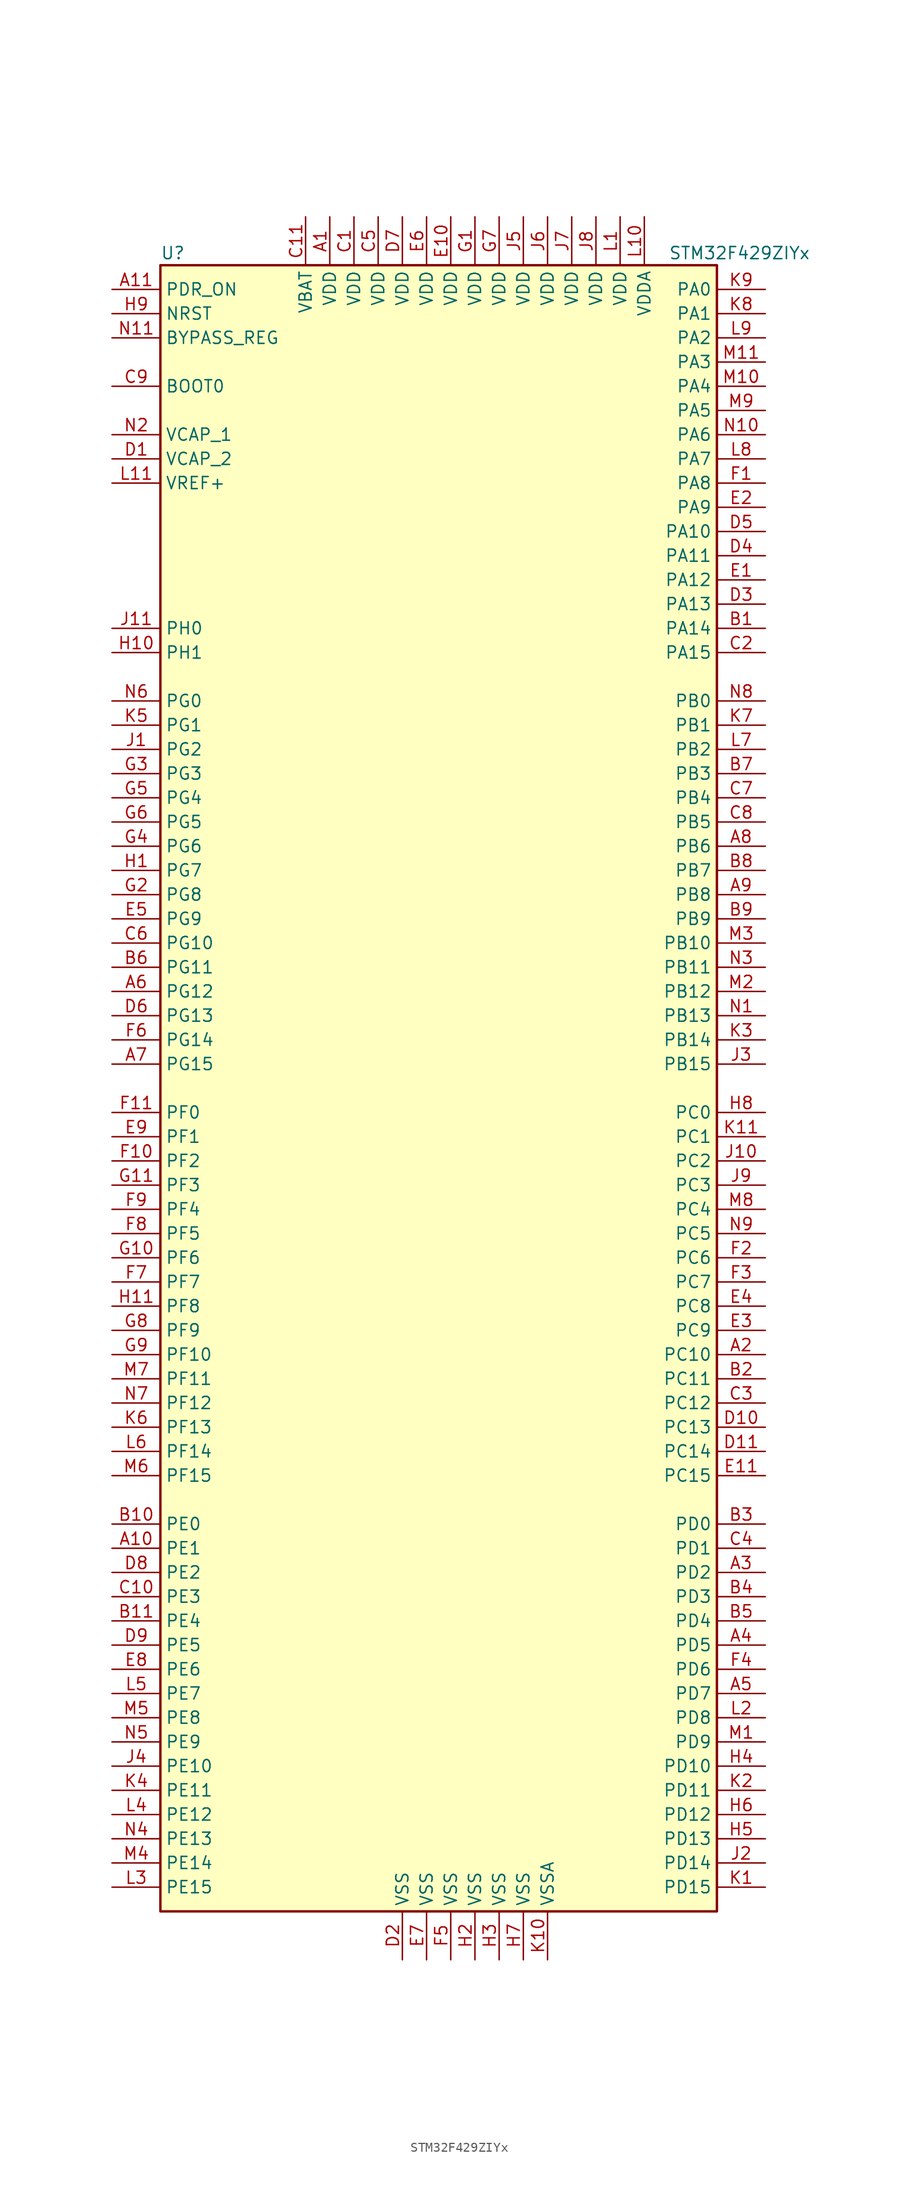
<source format=kicad_sym>
(kicad_symbol_lib
  (version 20211014)
  (generator kicad_symbol_editor)
  (symbol "STM32F429ZIYx"
    (property "Reference" "U"
      (at -30.48 87.63 0)
      (effects (font (size 1.27 1.27)) (justify left)))
    (property "Value" "STM32F429ZIYx"
      (at 22.86 87.63 0)
      (effects (font (size 1.27 1.27)) (justify left)))
    (symbol "STM32F429ZIYx_0_1"
      (rectangle (start -30.48 -86.36) (end 27.94 86.36) (stroke (width 0.254) (type default) (color 0 0 0 0)) (fill (type background))))
    (symbol "STM32F429ZIYx_1_1"
      (pin power_in line (at -12.7 91.44 270) (length 5.08) (name "VDD" (effects (font (size 1.27 1.27)))) (number "A1" (effects (font (size 1.27 1.27)))))
      (pin bidirectional line (at -35.56 -48.26 0) (length 5.08) (name "PE1" (effects (font (size 1.27 1.27)))) (number "A10" (effects (font (size 1.27 1.27)))))
      (pin input line (at -35.56 83.82 0) (length 5.08) (name "PDR_ON" (effects (font (size 1.27 1.27)))) (number "A11" (effects (font (size 1.27 1.27)))))
      (pin bidirectional line (at 33.02 -27.94 180) (length 5.08) (name "PC10" (effects (font (size 1.27 1.27)))) (number "A2" (effects (font (size 1.27 1.27)))))
      (pin bidirectional line (at 33.02 -50.8 180) (length 5.08) (name "PD2" (effects (font (size 1.27 1.27)))) (number "A3" (effects (font (size 1.27 1.27)))))
      (pin bidirectional line (at 33.02 -58.42 180) (length 5.08) (name "PD5" (effects (font (size 1.27 1.27)))) (number "A4" (effects (font (size 1.27 1.27)))))
      (pin bidirectional line (at 33.02 -63.5 180) (length 5.08) (name "PD7" (effects (font (size 1.27 1.27)))) (number "A5" (effects (font (size 1.27 1.27)))))
      (pin bidirectional line (at -35.56 10.16 0) (length 5.08) (name "PG12" (effects (font (size 1.27 1.27)))) (number "A6" (effects (font (size 1.27 1.27)))))
      (pin bidirectional line (at -35.56 2.54 0) (length 5.08) (name "PG15" (effects (font (size 1.27 1.27)))) (number "A7" (effects (font (size 1.27 1.27)))))
      (pin bidirectional line (at 33.02 25.4 180) (length 5.08) (name "PB6" (effects (font (size 1.27 1.27)))) (number "A8" (effects (font (size 1.27 1.27)))))
      (pin bidirectional line (at 33.02 20.32 180) (length 5.08) (name "PB8" (effects (font (size 1.27 1.27)))) (number "A9" (effects (font (size 1.27 1.27)))))
      (pin bidirectional line (at 33.02 48.26 180) (length 5.08) (name "PA14" (effects (font (size 1.27 1.27)))) (number "B1" (effects (font (size 1.27 1.27)))))
      (pin bidirectional line (at -35.56 -45.72 0) (length 5.08) (name "PE0" (effects (font (size 1.27 1.27)))) (number "B10" (effects (font (size 1.27 1.27)))))
      (pin bidirectional line (at -35.56 -55.88 0) (length 5.08) (name "PE4" (effects (font (size 1.27 1.27)))) (number "B11" (effects (font (size 1.27 1.27)))))
      (pin bidirectional line (at 33.02 -30.48 180) (length 5.08) (name "PC11" (effects (font (size 1.27 1.27)))) (number "B2" (effects (font (size 1.27 1.27)))))
      (pin bidirectional line (at 33.02 -45.72 180) (length 5.08) (name "PD0" (effects (font (size 1.27 1.27)))) (number "B3" (effects (font (size 1.27 1.27)))))
      (pin bidirectional line (at 33.02 -53.34 180) (length 5.08) (name "PD3" (effects (font (size 1.27 1.27)))) (number "B4" (effects (font (size 1.27 1.27)))))
      (pin bidirectional line (at 33.02 -55.88 180) (length 5.08) (name "PD4" (effects (font (size 1.27 1.27)))) (number "B5" (effects (font (size 1.27 1.27)))))
      (pin bidirectional line (at -35.56 12.7 0) (length 5.08) (name "PG11" (effects (font (size 1.27 1.27)))) (number "B6" (effects (font (size 1.27 1.27)))))
      (pin bidirectional line (at 33.02 33.02 180) (length 5.08) (name "PB3" (effects (font (size 1.27 1.27)))) (number "B7" (effects (font (size 1.27 1.27)))))
      (pin bidirectional line (at 33.02 22.86 180) (length 5.08) (name "PB7" (effects (font (size 1.27 1.27)))) (number "B8" (effects (font (size 1.27 1.27)))))
      (pin bidirectional line (at 33.02 17.78 180) (length 5.08) (name "PB9" (effects (font (size 1.27 1.27)))) (number "B9" (effects (font (size 1.27 1.27)))))
      (pin power_in line (at -10.16 91.44 270) (length 5.08) (name "VDD" (effects (font (size 1.27 1.27)))) (number "C1" (effects (font (size 1.27 1.27)))))
      (pin bidirectional line (at -35.56 -53.34 0) (length 5.08) (name "PE3" (effects (font (size 1.27 1.27)))) (number "C10" (effects (font (size 1.27 1.27)))))
      (pin power_in line (at -15.24 91.44 270) (length 5.08) (name "VBAT" (effects (font (size 1.27 1.27)))) (number "C11" (effects (font (size 1.27 1.27)))))
      (pin bidirectional line (at 33.02 45.72 180) (length 5.08) (name "PA15" (effects (font (size 1.27 1.27)))) (number "C2" (effects (font (size 1.27 1.27)))))
      (pin bidirectional line (at 33.02 -33.02 180) (length 5.08) (name "PC12" (effects (font (size 1.27 1.27)))) (number "C3" (effects (font (size 1.27 1.27)))))
      (pin bidirectional line (at 33.02 -48.26 180) (length 5.08) (name "PD1" (effects (font (size 1.27 1.27)))) (number "C4" (effects (font (size 1.27 1.27)))))
      (pin power_in line (at -7.62 91.44 270) (length 5.08) (name "VDD" (effects (font (size 1.27 1.27)))) (number "C5" (effects (font (size 1.27 1.27)))))
      (pin bidirectional line (at -35.56 15.24 0) (length 5.08) (name "PG10" (effects (font (size 1.27 1.27)))) (number "C6" (effects (font (size 1.27 1.27)))))
      (pin bidirectional line (at 33.02 30.48 180) (length 5.08) (name "PB4" (effects (font (size 1.27 1.27)))) (number "C7" (effects (font (size 1.27 1.27)))))
      (pin bidirectional line (at 33.02 27.94 180) (length 5.08) (name "PB5" (effects (font (size 1.27 1.27)))) (number "C8" (effects (font (size 1.27 1.27)))))
      (pin input line (at -35.56 73.66 0) (length 5.08) (name "BOOT0" (effects (font (size 1.27 1.27)))) (number "C9" (effects (font (size 1.27 1.27)))))
      (pin power_in line (at -35.56 66.04 0) (length 5.08) (name "VCAP_2" (effects (font (size 1.27 1.27)))) (number "D1" (effects (font (size 1.27 1.27)))))
      (pin bidirectional line (at 33.02 -35.56 180) (length 5.08) (name "PC13" (effects (font (size 1.27 1.27)))) (number "D10" (effects (font (size 1.27 1.27)))))
      (pin bidirectional line (at 33.02 -38.1 180) (length 5.08) (name "PC14" (effects (font (size 1.27 1.27)))) (number "D11" (effects (font (size 1.27 1.27)))))
      (pin power_in line (at -5.08 -91.44 90) (length 5.08) (name "VSS" (effects (font (size 1.27 1.27)))) (number "D2" (effects (font (size 1.27 1.27)))))
      (pin bidirectional line (at 33.02 50.8 180) (length 5.08) (name "PA13" (effects (font (size 1.27 1.27)))) (number "D3" (effects (font (size 1.27 1.27)))))
      (pin bidirectional line (at 33.02 55.88 180) (length 5.08) (name "PA11" (effects (font (size 1.27 1.27)))) (number "D4" (effects (font (size 1.27 1.27)))))
      (pin bidirectional line (at 33.02 58.42 180) (length 5.08) (name "PA10" (effects (font (size 1.27 1.27)))) (number "D5" (effects (font (size 1.27 1.27)))))
      (pin bidirectional line (at -35.56 7.62 0) (length 5.08) (name "PG13" (effects (font (size 1.27 1.27)))) (number "D6" (effects (font (size 1.27 1.27)))))
      (pin power_in line (at -5.08 91.44 270) (length 5.08) (name "VDD" (effects (font (size 1.27 1.27)))) (number "D7" (effects (font (size 1.27 1.27)))))
      (pin bidirectional line (at -35.56 -50.8 0) (length 5.08) (name "PE2" (effects (font (size 1.27 1.27)))) (number "D8" (effects (font (size 1.27 1.27)))))
      (pin bidirectional line (at -35.56 -58.42 0) (length 5.08) (name "PE5" (effects (font (size 1.27 1.27)))) (number "D9" (effects (font (size 1.27 1.27)))))
      (pin bidirectional line (at 33.02 53.34 180) (length 5.08) (name "PA12" (effects (font (size 1.27 1.27)))) (number "E1" (effects (font (size 1.27 1.27)))))
      (pin power_in line (at 0 91.44 270) (length 5.08) (name "VDD" (effects (font (size 1.27 1.27)))) (number "E10" (effects (font (size 1.27 1.27)))))
      (pin bidirectional line (at 33.02 -40.64 180) (length 5.08) (name "PC15" (effects (font (size 1.27 1.27)))) (number "E11" (effects (font (size 1.27 1.27)))))
      (pin bidirectional line (at 33.02 60.96 180) (length 5.08) (name "PA9" (effects (font (size 1.27 1.27)))) (number "E2" (effects (font (size 1.27 1.27)))))
      (pin bidirectional line (at 33.02 -25.4 180) (length 5.08) (name "PC9" (effects (font (size 1.27 1.27)))) (number "E3" (effects (font (size 1.27 1.27)))))
      (pin bidirectional line (at 33.02 -22.86 180) (length 5.08) (name "PC8" (effects (font (size 1.27 1.27)))) (number "E4" (effects (font (size 1.27 1.27)))))
      (pin bidirectional line (at -35.56 17.78 0) (length 5.08) (name "PG9" (effects (font (size 1.27 1.27)))) (number "E5" (effects (font (size 1.27 1.27)))))
      (pin power_in line (at -2.54 91.44 270) (length 5.08) (name "VDD" (effects (font (size 1.27 1.27)))) (number "E6" (effects (font (size 1.27 1.27)))))
      (pin power_in line (at -2.54 -91.44 90) (length 5.08) (name "VSS" (effects (font (size 1.27 1.27)))) (number "E7" (effects (font (size 1.27 1.27)))))
      (pin bidirectional line (at -35.56 -60.96 0) (length 5.08) (name "PE6" (effects (font (size 1.27 1.27)))) (number "E8" (effects (font (size 1.27 1.27)))))
      (pin bidirectional line (at -35.56 -5.08 0) (length 5.08) (name "PF1" (effects (font (size 1.27 1.27)))) (number "E9" (effects (font (size 1.27 1.27)))))
      (pin bidirectional line (at 33.02 63.5 180) (length 5.08) (name "PA8" (effects (font (size 1.27 1.27)))) (number "F1" (effects (font (size 1.27 1.27)))))
      (pin bidirectional line (at -35.56 -7.62 0) (length 5.08) (name "PF2" (effects (font (size 1.27 1.27)))) (number "F10" (effects (font (size 1.27 1.27)))))
      (pin bidirectional line (at -35.56 -2.54 0) (length 5.08) (name "PF0" (effects (font (size 1.27 1.27)))) (number "F11" (effects (font (size 1.27 1.27)))))
      (pin bidirectional line (at 33.02 -17.78 180) (length 5.08) (name "PC6" (effects (font (size 1.27 1.27)))) (number "F2" (effects (font (size 1.27 1.27)))))
      (pin bidirectional line (at 33.02 -20.32 180) (length 5.08) (name "PC7" (effects (font (size 1.27 1.27)))) (number "F3" (effects (font (size 1.27 1.27)))))
      (pin bidirectional line (at 33.02 -60.96 180) (length 5.08) (name "PD6" (effects (font (size 1.27 1.27)))) (number "F4" (effects (font (size 1.27 1.27)))))
      (pin power_in line (at 0 -91.44 90) (length 5.08) (name "VSS" (effects (font (size 1.27 1.27)))) (number "F5" (effects (font (size 1.27 1.27)))))
      (pin bidirectional line (at -35.56 5.08 0) (length 5.08) (name "PG14" (effects (font (size 1.27 1.27)))) (number "F6" (effects (font (size 1.27 1.27)))))
      (pin bidirectional line (at -35.56 -20.32 0) (length 5.08) (name "PF7" (effects (font (size 1.27 1.27)))) (number "F7" (effects (font (size 1.27 1.27)))))
      (pin bidirectional line (at -35.56 -15.24 0) (length 5.08) (name "PF5" (effects (font (size 1.27 1.27)))) (number "F8" (effects (font (size 1.27 1.27)))))
      (pin bidirectional line (at -35.56 -12.7 0) (length 5.08) (name "PF4" (effects (font (size 1.27 1.27)))) (number "F9" (effects (font (size 1.27 1.27)))))
      (pin power_in line (at 2.54 91.44 270) (length 5.08) (name "VDD" (effects (font (size 1.27 1.27)))) (number "G1" (effects (font (size 1.27 1.27)))))
      (pin bidirectional line (at -35.56 -17.78 0) (length 5.08) (name "PF6" (effects (font (size 1.27 1.27)))) (number "G10" (effects (font (size 1.27 1.27)))))
      (pin bidirectional line (at -35.56 -10.16 0) (length 5.08) (name "PF3" (effects (font (size 1.27 1.27)))) (number "G11" (effects (font (size 1.27 1.27)))))
      (pin bidirectional line (at -35.56 20.32 0) (length 5.08) (name "PG8" (effects (font (size 1.27 1.27)))) (number "G2" (effects (font (size 1.27 1.27)))))
      (pin bidirectional line (at -35.56 33.02 0) (length 5.08) (name "PG3" (effects (font (size 1.27 1.27)))) (number "G3" (effects (font (size 1.27 1.27)))))
      (pin bidirectional line (at -35.56 25.4 0) (length 5.08) (name "PG6" (effects (font (size 1.27 1.27)))) (number "G4" (effects (font (size 1.27 1.27)))))
      (pin bidirectional line (at -35.56 30.48 0) (length 5.08) (name "PG4" (effects (font (size 1.27 1.27)))) (number "G5" (effects (font (size 1.27 1.27)))))
      (pin bidirectional line (at -35.56 27.94 0) (length 5.08) (name "PG5" (effects (font (size 1.27 1.27)))) (number "G6" (effects (font (size 1.27 1.27)))))
      (pin power_in line (at 5.08 91.44 270) (length 5.08) (name "VDD" (effects (font (size 1.27 1.27)))) (number "G7" (effects (font (size 1.27 1.27)))))
      (pin bidirectional line (at -35.56 -25.4 0) (length 5.08) (name "PF9" (effects (font (size 1.27 1.27)))) (number "G8" (effects (font (size 1.27 1.27)))))
      (pin bidirectional line (at -35.56 -27.94 0) (length 5.08) (name "PF10" (effects (font (size 1.27 1.27)))) (number "G9" (effects (font (size 1.27 1.27)))))
      (pin bidirectional line (at -35.56 22.86 0) (length 5.08) (name "PG7" (effects (font (size 1.27 1.27)))) (number "H1" (effects (font (size 1.27 1.27)))))
      (pin input line (at -35.56 45.72 0) (length 5.08) (name "PH1" (effects (font (size 1.27 1.27)))) (number "H10" (effects (font (size 1.27 1.27)))))
      (pin bidirectional line (at -35.56 -22.86 0) (length 5.08) (name "PF8" (effects (font (size 1.27 1.27)))) (number "H11" (effects (font (size 1.27 1.27)))))
      (pin power_in line (at 2.54 -91.44 90) (length 5.08) (name "VSS" (effects (font (size 1.27 1.27)))) (number "H2" (effects (font (size 1.27 1.27)))))
      (pin power_in line (at 5.08 -91.44 90) (length 5.08) (name "VSS" (effects (font (size 1.27 1.27)))) (number "H3" (effects (font (size 1.27 1.27)))))
      (pin bidirectional line (at 33.02 -71.12 180) (length 5.08) (name "PD10" (effects (font (size 1.27 1.27)))) (number "H4" (effects (font (size 1.27 1.27)))))
      (pin bidirectional line (at 33.02 -78.74 180) (length 5.08) (name "PD13" (effects (font (size 1.27 1.27)))) (number "H5" (effects (font (size 1.27 1.27)))))
      (pin bidirectional line (at 33.02 -76.2 180) (length 5.08) (name "PD12" (effects (font (size 1.27 1.27)))) (number "H6" (effects (font (size 1.27 1.27)))))
      (pin power_in line (at 7.62 -91.44 90) (length 5.08) (name "VSS" (effects (font (size 1.27 1.27)))) (number "H7" (effects (font (size 1.27 1.27)))))
      (pin bidirectional line (at 33.02 -2.54 180) (length 5.08) (name "PC0" (effects (font (size 1.27 1.27)))) (number "H8" (effects (font (size 1.27 1.27)))))
      (pin input line (at -35.56 81.28 0) (length 5.08) (name "NRST" (effects (font (size 1.27 1.27)))) (number "H9" (effects (font (size 1.27 1.27)))))
      (pin bidirectional line (at -35.56 35.56 0) (length 5.08) (name "PG2" (effects (font (size 1.27 1.27)))) (number "J1" (effects (font (size 1.27 1.27)))))
      (pin bidirectional line (at 33.02 -7.62 180) (length 5.08) (name "PC2" (effects (font (size 1.27 1.27)))) (number "J10" (effects (font (size 1.27 1.27)))))
      (pin input line (at -35.56 48.26 0) (length 5.08) (name "PH0" (effects (font (size 1.27 1.27)))) (number "J11" (effects (font (size 1.27 1.27)))))
      (pin bidirectional line (at 33.02 -81.28 180) (length 5.08) (name "PD14" (effects (font (size 1.27 1.27)))) (number "J2" (effects (font (size 1.27 1.27)))))
      (pin bidirectional line (at 33.02 2.54 180) (length 5.08) (name "PB15" (effects (font (size 1.27 1.27)))) (number "J3" (effects (font (size 1.27 1.27)))))
      (pin bidirectional line (at -35.56 -71.12 0) (length 5.08) (name "PE10" (effects (font (size 1.27 1.27)))) (number "J4" (effects (font (size 1.27 1.27)))))
      (pin power_in line (at 7.62 91.44 270) (length 5.08) (name "VDD" (effects (font (size 1.27 1.27)))) (number "J5" (effects (font (size 1.27 1.27)))))
      (pin power_in line (at 10.16 91.44 270) (length 5.08) (name "VDD" (effects (font (size 1.27 1.27)))) (number "J6" (effects (font (size 1.27 1.27)))))
      (pin power_in line (at 12.7 91.44 270) (length 5.08) (name "VDD" (effects (font (size 1.27 1.27)))) (number "J7" (effects (font (size 1.27 1.27)))))
      (pin power_in line (at 15.24 91.44 270) (length 5.08) (name "VDD" (effects (font (size 1.27 1.27)))) (number "J8" (effects (font (size 1.27 1.27)))))
      (pin bidirectional line (at 33.02 -10.16 180) (length 5.08) (name "PC3" (effects (font (size 1.27 1.27)))) (number "J9" (effects (font (size 1.27 1.27)))))
      (pin bidirectional line (at 33.02 -83.82 180) (length 5.08) (name "PD15" (effects (font (size 1.27 1.27)))) (number "K1" (effects (font (size 1.27 1.27)))))
      (pin power_in line (at 10.16 -91.44 90) (length 5.08) (name "VSSA" (effects (font (size 1.27 1.27)))) (number "K10" (effects (font (size 1.27 1.27)))))
      (pin bidirectional line (at 33.02 -5.08 180) (length 5.08) (name "PC1" (effects (font (size 1.27 1.27)))) (number "K11" (effects (font (size 1.27 1.27)))))
      (pin bidirectional line (at 33.02 -73.66 180) (length 5.08) (name "PD11" (effects (font (size 1.27 1.27)))) (number "K2" (effects (font (size 1.27 1.27)))))
      (pin bidirectional line (at 33.02 5.08 180) (length 5.08) (name "PB14" (effects (font (size 1.27 1.27)))) (number "K3" (effects (font (size 1.27 1.27)))))
      (pin bidirectional line (at -35.56 -73.66 0) (length 5.08) (name "PE11" (effects (font (size 1.27 1.27)))) (number "K4" (effects (font (size 1.27 1.27)))))
      (pin bidirectional line (at -35.56 38.1 0) (length 5.08) (name "PG1" (effects (font (size 1.27 1.27)))) (number "K5" (effects (font (size 1.27 1.27)))))
      (pin bidirectional line (at -35.56 -35.56 0) (length 5.08) (name "PF13" (effects (font (size 1.27 1.27)))) (number "K6" (effects (font (size 1.27 1.27)))))
      (pin bidirectional line (at 33.02 38.1 180) (length 5.08) (name "PB1" (effects (font (size 1.27 1.27)))) (number "K7" (effects (font (size 1.27 1.27)))))
      (pin bidirectional line (at 33.02 81.28 180) (length 5.08) (name "PA1" (effects (font (size 1.27 1.27)))) (number "K8" (effects (font (size 1.27 1.27)))))
      (pin bidirectional line (at 33.02 83.82 180) (length 5.08) (name "PA0" (effects (font (size 1.27 1.27)))) (number "K9" (effects (font (size 1.27 1.27)))))
      (pin power_in line (at 17.78 91.44 270) (length 5.08) (name "VDD" (effects (font (size 1.27 1.27)))) (number "L1" (effects (font (size 1.27 1.27)))))
      (pin power_in line (at 20.32 91.44 270) (length 5.08) (name "VDDA" (effects (font (size 1.27 1.27)))) (number "L10" (effects (font (size 1.27 1.27)))))
      (pin power_in line (at -35.56 63.5 0) (length 5.08) (name "VREF+" (effects (font (size 1.27 1.27)))) (number "L11" (effects (font (size 1.27 1.27)))))
      (pin bidirectional line (at 33.02 -66.04 180) (length 5.08) (name "PD8" (effects (font (size 1.27 1.27)))) (number "L2" (effects (font (size 1.27 1.27)))))
      (pin bidirectional line (at -35.56 -83.82 0) (length 5.08) (name "PE15" (effects (font (size 1.27 1.27)))) (number "L3" (effects (font (size 1.27 1.27)))))
      (pin bidirectional line (at -35.56 -76.2 0) (length 5.08) (name "PE12" (effects (font (size 1.27 1.27)))) (number "L4" (effects (font (size 1.27 1.27)))))
      (pin bidirectional line (at -35.56 -63.5 0) (length 5.08) (name "PE7" (effects (font (size 1.27 1.27)))) (number "L5" (effects (font (size 1.27 1.27)))))
      (pin bidirectional line (at -35.56 -38.1 0) (length 5.08) (name "PF14" (effects (font (size 1.27 1.27)))) (number "L6" (effects (font (size 1.27 1.27)))))
      (pin bidirectional line (at 33.02 35.56 180) (length 5.08) (name "PB2" (effects (font (size 1.27 1.27)))) (number "L7" (effects (font (size 1.27 1.27)))))
      (pin bidirectional line (at 33.02 66.04 180) (length 5.08) (name "PA7" (effects (font (size 1.27 1.27)))) (number "L8" (effects (font (size 1.27 1.27)))))
      (pin bidirectional line (at 33.02 78.74 180) (length 5.08) (name "PA2" (effects (font (size 1.27 1.27)))) (number "L9" (effects (font (size 1.27 1.27)))))
      (pin bidirectional line (at 33.02 -68.58 180) (length 5.08) (name "PD9" (effects (font (size 1.27 1.27)))) (number "M1" (effects (font (size 1.27 1.27)))))
      (pin bidirectional line (at 33.02 73.66 180) (length 5.08) (name "PA4" (effects (font (size 1.27 1.27)))) (number "M10" (effects (font (size 1.27 1.27)))))
      (pin bidirectional line (at 33.02 76.2 180) (length 5.08) (name "PA3" (effects (font (size 1.27 1.27)))) (number "M11" (effects (font (size 1.27 1.27)))))
      (pin bidirectional line (at 33.02 10.16 180) (length 5.08) (name "PB12" (effects (font (size 1.27 1.27)))) (number "M2" (effects (font (size 1.27 1.27)))))
      (pin bidirectional line (at 33.02 15.24 180) (length 5.08) (name "PB10" (effects (font (size 1.27 1.27)))) (number "M3" (effects (font (size 1.27 1.27)))))
      (pin bidirectional line (at -35.56 -81.28 0) (length 5.08) (name "PE14" (effects (font (size 1.27 1.27)))) (number "M4" (effects (font (size 1.27 1.27)))))
      (pin bidirectional line (at -35.56 -66.04 0) (length 5.08) (name "PE8" (effects (font (size 1.27 1.27)))) (number "M5" (effects (font (size 1.27 1.27)))))
      (pin bidirectional line (at -35.56 -40.64 0) (length 5.08) (name "PF15" (effects (font (size 1.27 1.27)))) (number "M6" (effects (font (size 1.27 1.27)))))
      (pin bidirectional line (at -35.56 -30.48 0) (length 5.08) (name "PF11" (effects (font (size 1.27 1.27)))) (number "M7" (effects (font (size 1.27 1.27)))))
      (pin bidirectional line (at 33.02 -12.7 180) (length 5.08) (name "PC4" (effects (font (size 1.27 1.27)))) (number "M8" (effects (font (size 1.27 1.27)))))
      (pin bidirectional line (at 33.02 71.12 180) (length 5.08) (name "PA5" (effects (font (size 1.27 1.27)))) (number "M9" (effects (font (size 1.27 1.27)))))
      (pin bidirectional line (at 33.02 7.62 180) (length 5.08) (name "PB13" (effects (font (size 1.27 1.27)))) (number "N1" (effects (font (size 1.27 1.27)))))
      (pin bidirectional line (at 33.02 68.58 180) (length 5.08) (name "PA6" (effects (font (size 1.27 1.27)))) (number "N10" (effects (font (size 1.27 1.27)))))
      (pin input line (at -35.56 78.74 0) (length 5.08) (name "BYPASS_REG" (effects (font (size 1.27 1.27)))) (number "N11" (effects (font (size 1.27 1.27)))))
      (pin power_in line (at -35.56 68.58 0) (length 5.08) (name "VCAP_1" (effects (font (size 1.27 1.27)))) (number "N2" (effects (font (size 1.27 1.27)))))
      (pin bidirectional line (at 33.02 12.7 180) (length 5.08) (name "PB11" (effects (font (size 1.27 1.27)))) (number "N3" (effects (font (size 1.27 1.27)))))
      (pin bidirectional line (at -35.56 -78.74 0) (length 5.08) (name "PE13" (effects (font (size 1.27 1.27)))) (number "N4" (effects (font (size 1.27 1.27)))))
      (pin bidirectional line (at -35.56 -68.58 0) (length 5.08) (name "PE9" (effects (font (size 1.27 1.27)))) (number "N5" (effects (font (size 1.27 1.27)))))
      (pin bidirectional line (at -35.56 40.64 0) (length 5.08) (name "PG0" (effects (font (size 1.27 1.27)))) (number "N6" (effects (font (size 1.27 1.27)))))
      (pin bidirectional line (at -35.56 -33.02 0) (length 5.08) (name "PF12" (effects (font (size 1.27 1.27)))) (number "N7" (effects (font (size 1.27 1.27)))))
      (pin bidirectional line (at 33.02 40.64 180) (length 5.08) (name "PB0" (effects (font (size 1.27 1.27)))) (number "N8" (effects (font (size 1.27 1.27)))))
      (pin bidirectional line (at 33.02 -15.24 180) (length 5.08) (name "PC5" (effects (font (size 1.27 1.27)))) (number "N9" (effects (font (size 1.27 1.27))))))))
</source>
